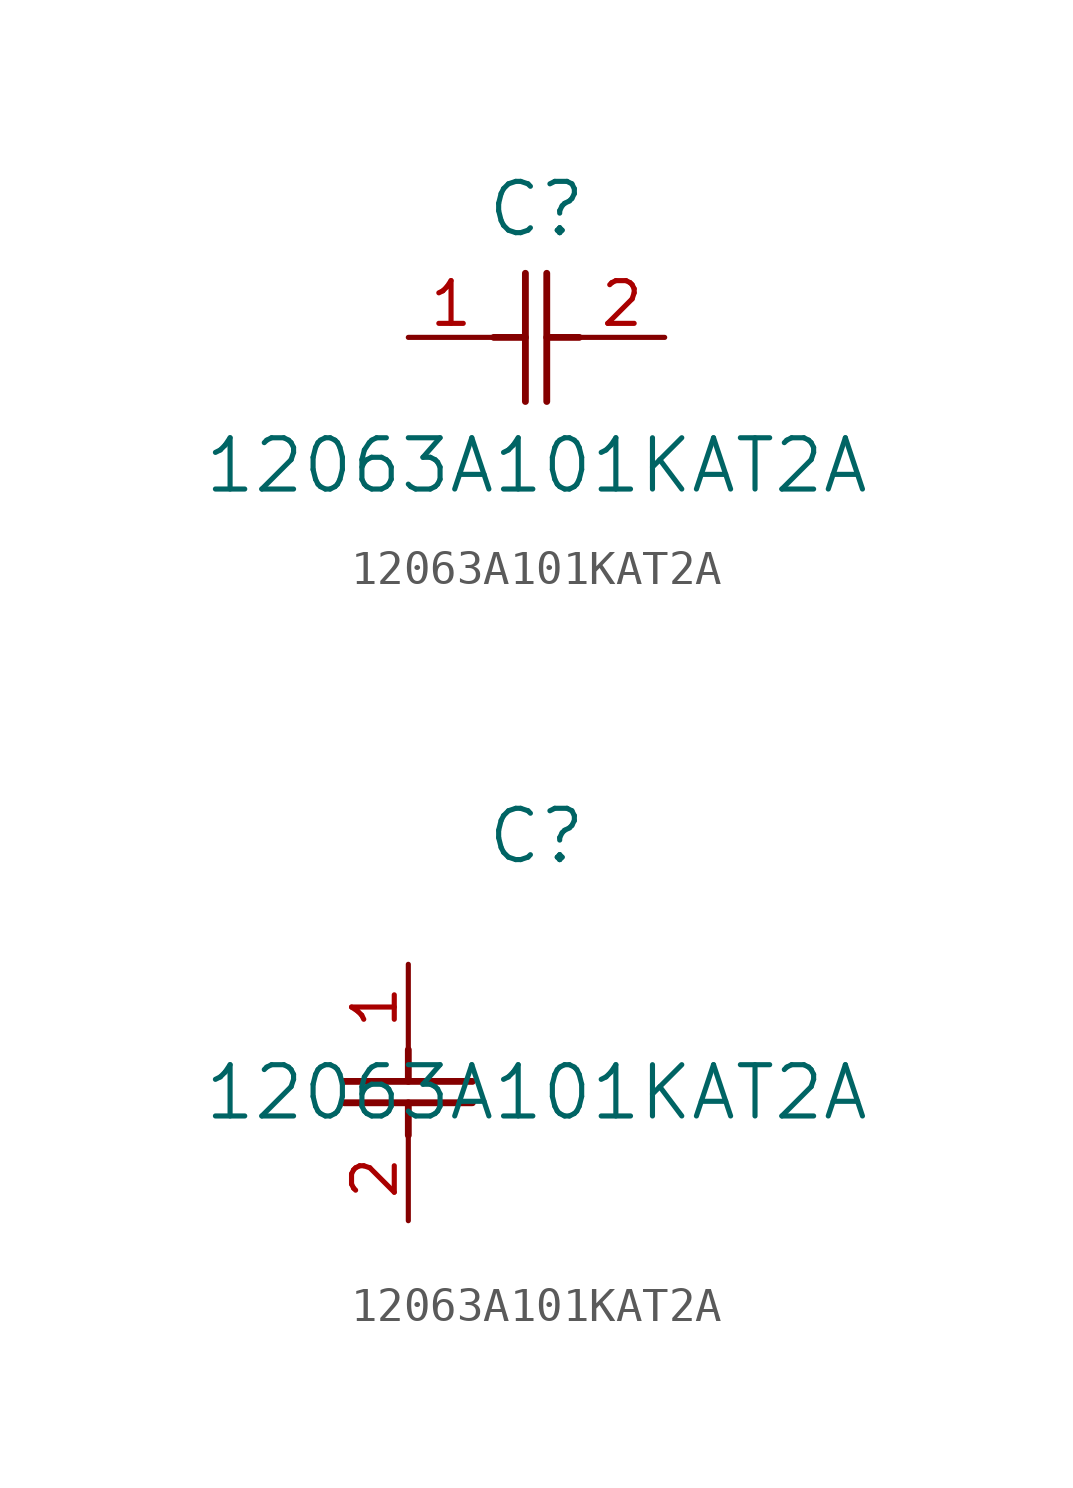
<source format=kicad_sym>
(kicad_symbol_lib
  (version 20211014)
  (generator kicad_symbol_editor)
  (symbol "12063A101KAT2A"
    (pin_names
      (offset 0.254))
    (property "Reference" "C"
      (at 3.81 3.81 0)
      (effects (font (size 1.524 1.524))))
    (property "Value" "12063A101KAT2A"
      (at 3.81 -3.81 0)
      (effects (font (size 1.524 1.524))))
    (symbol "12063A101KAT2A_1_1"
      (polyline (pts (xy 3.48 -1.905) (xy 3.48 1.905)) (stroke (width 0.203) (type default) (color 0 0 0 0)) (fill (type none)))
      (polyline (pts (xy 4.115 -1.905) (xy 4.115 1.905)) (stroke (width 0.203) (type default) (color 0 0 0 0)) (fill (type none)))
      (polyline (pts (xy 4.115 0) (xy 5.08 0)) (stroke (width 0.203) (type default) (color 0 0 0 0)) (fill (type none)))
      (polyline (pts (xy 2.54 0) (xy 3.48 0)) (stroke (width 0.203) (type default) (color 0 0 0 0)) (fill (type none)))
      (pin unspecified line (at 0 0 0) (length 2.54) (name "" (effects (font (size 1.27 1.27)))) (number "1" (effects (font (size 1.27 1.27)))))
      (pin unspecified line (at 7.62 0 180) (length 2.54) (name "" (effects (font (size 1.27 1.27)))) (number "2" (effects (font (size 1.27 1.27))))))
    (symbol "12063A101KAT2A_1_2"
      (polyline (pts (xy -1.905 -3.48) (xy 1.905 -3.48)) (stroke (width 0.203) (type default) (color 0 0 0 0)) (fill (type none)))
      (polyline (pts (xy -1.905 -4.115) (xy 1.905 -4.115)) (stroke (width 0.203) (type default) (color 0 0 0 0)) (fill (type none)))
      (polyline (pts (xy 0 -4.115) (xy 0 -5.08)) (stroke (width 0.203) (type default) (color 0 0 0 0)) (fill (type none)))
      (polyline (pts (xy 0 -2.54) (xy 0 -3.48)) (stroke (width 0.203) (type default) (color 0 0 0 0)) (fill (type none)))
      (pin unspecified line (at 0 0 270) (length 2.54) (name "" (effects (font (size 1.27 1.27)))) (number "1" (effects (font (size 1.27 1.27)))))
      (pin unspecified line (at 0 -7.62 90) (length 2.54) (name "" (effects (font (size 1.27 1.27)))) (number "2" (effects (font (size 1.27 1.27))))))))
</source>
